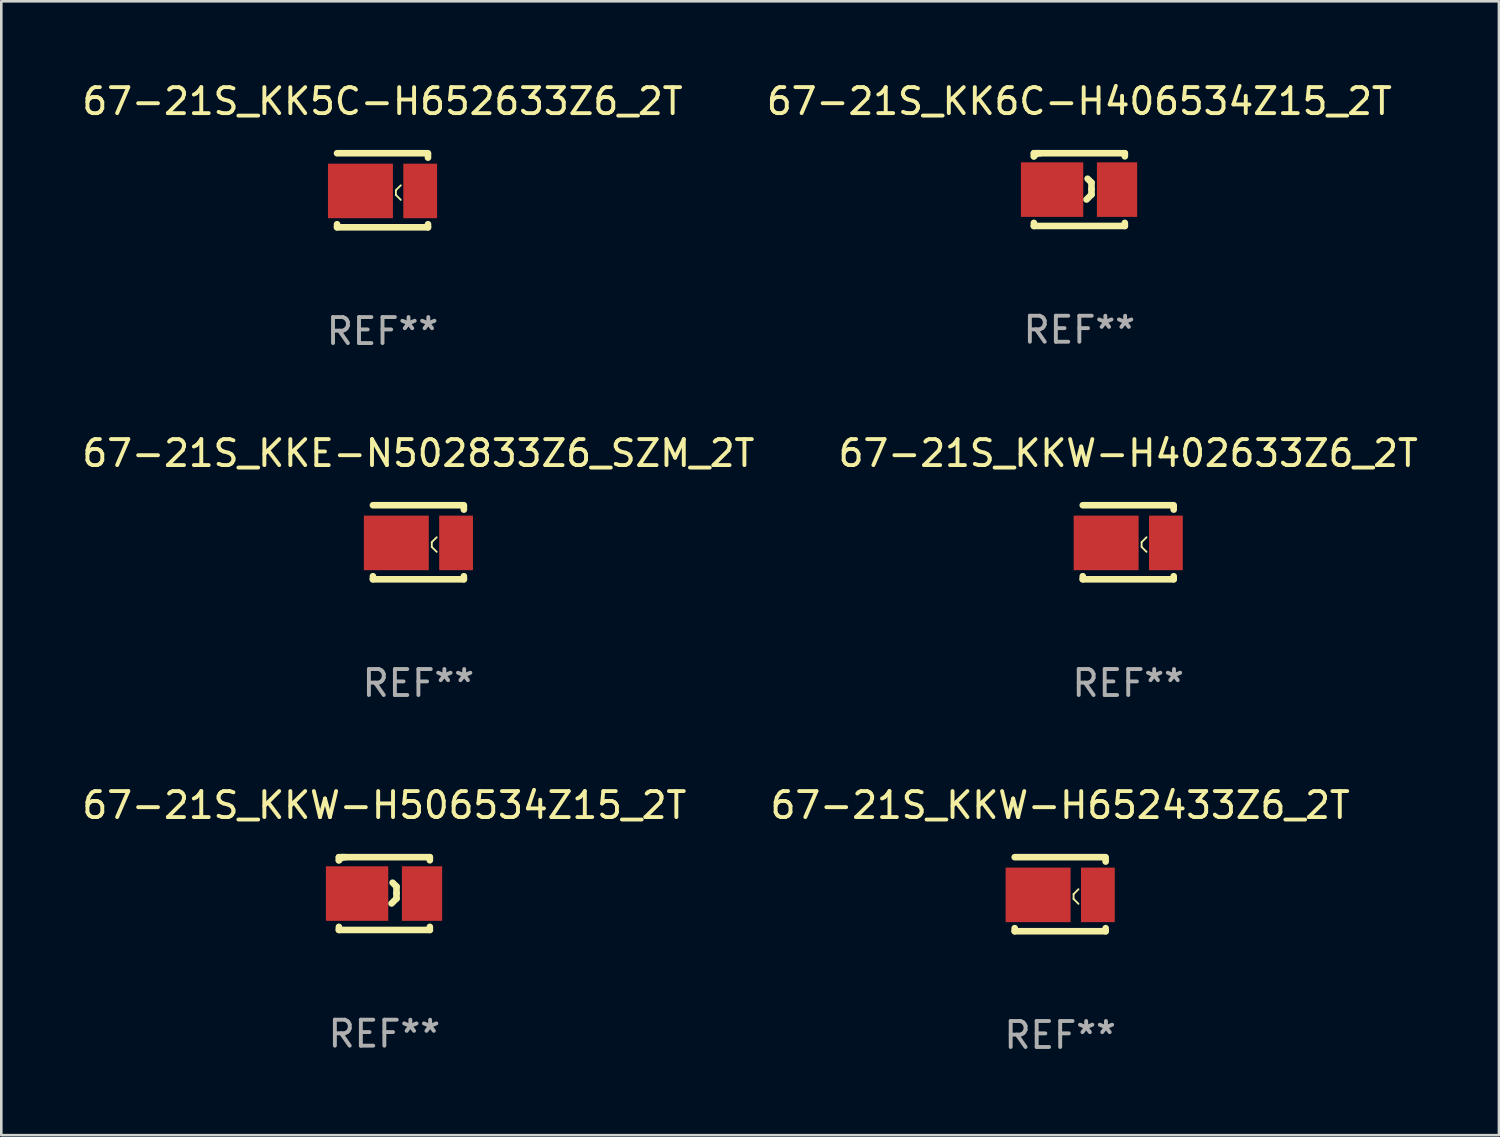
<source format=kicad_pcb>
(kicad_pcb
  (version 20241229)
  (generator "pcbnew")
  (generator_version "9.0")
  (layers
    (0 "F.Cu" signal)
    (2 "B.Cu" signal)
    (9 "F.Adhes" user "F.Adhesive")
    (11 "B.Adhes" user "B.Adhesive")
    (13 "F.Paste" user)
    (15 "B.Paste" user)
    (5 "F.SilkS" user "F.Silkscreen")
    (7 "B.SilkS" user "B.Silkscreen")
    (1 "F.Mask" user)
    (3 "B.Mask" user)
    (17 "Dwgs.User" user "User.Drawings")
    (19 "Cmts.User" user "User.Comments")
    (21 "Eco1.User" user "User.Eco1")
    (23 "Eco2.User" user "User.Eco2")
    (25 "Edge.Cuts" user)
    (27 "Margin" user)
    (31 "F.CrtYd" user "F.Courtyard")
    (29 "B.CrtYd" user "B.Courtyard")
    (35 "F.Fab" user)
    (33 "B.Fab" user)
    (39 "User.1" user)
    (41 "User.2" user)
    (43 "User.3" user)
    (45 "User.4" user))
  (footprint "67-21S_KKE-N502833Z6_SZM_2T"
    (layer "F.Cu")
    (at 13.054 17.821)
    (property "Reference" "67-21S_KKE-N502833Z6_SZM_2T" (at 0 -3.425 0) (layer "F.SilkS") (effects (font (size 1 1) (thickness 0.15))))
    (attr through_hole)
    (fp_line (start -1.75 -1.425) (end 1.75 -1.425) (stroke (width 0.254) (type solid)) (layer "F.SilkS"))
    (fp_line (start -1.75 1.307) (end -1.75 1.425) (stroke (width 0.254) (type solid)) (layer "F.SilkS"))
    (fp_line (start 0.515 -0.003) (end 0.704 -0.192) (stroke (width 0.07) (type solid)) (layer "F.SilkS"))
    (fp_line (start 0.515 0.181) (end 0.515 -0.003) (stroke (width 0.07) (type solid)) (layer "F.SilkS"))
    (fp_line (start 0.704 0.37) (end 0.515 0.181) (stroke (width 0.07) (type solid)) (layer "F.SilkS"))
    (fp_line (start 1.75 -1.375) (end 1.75 -1.256) (stroke (width 0.254) (type solid)) (layer "F.SilkS"))
    (fp_line (start 1.75 1.307) (end 1.75 1.425) (stroke (width 0.254) (type solid)) (layer "F.SilkS"))
    (fp_line (start 1.75 1.425) (end -1.75 1.425) (stroke (width 0.254) (type solid)) (layer "F.SilkS"))
    (fp_circle (center -1.775 1.425) (end -1.745 1.425) (stroke (width 0.06) (type solid)) (fill no) (layer "F.SilkS"))
    (fp_text user "REF**" (at 0 5.425 0) (layer "F.Fab") (effects (font (size 1 1) (thickness 0.15))))
    (pad "1" smd rect (at -0.85 0.025) (size 2.5 2.1) (layers "F.Cu" "F.Mask" "F.Paste"))
    (pad "2" smd rect (at 1.45 0.025 180) (size 1.3 2.1) (layers "F.Cu" "F.Mask" "F.Paste")))
  (footprint "67-21S_KKW-H506534Z15_2T"
    (layer "F.Cu")
    (at 11.744 31.343)
    (property "Reference" "67-21S_KKW-H506534Z15_2T" (at 0 -3.4 0) (layer "F.SilkS") (effects (font (size 1 1) (thickness 0.15))))
    (attr through_hole)
    (fp_line (start -1.75 -1.4) (end -1.75 -1.281) (stroke (width 0.254) (type solid)) (layer "F.SilkS"))
    (fp_line (start -1.75 -1.4) (end 1.75 -1.4) (stroke (width 0.254) (type solid)) (layer "F.SilkS"))
    (fp_line (start -1.75 1.281) (end -1.75 1.4) (stroke (width 0.254) (type solid)) (layer "F.SilkS"))
    (fp_line (start -1.631 -1.4) (end -1.75 -1.281) (stroke (width 0.254) (type solid)) (layer "F.SilkS"))
    (fp_line (start -1.513 -1.4) (end -1.631 -1.4) (stroke (width 0.254) (type solid)) (layer "F.SilkS"))
    (fp_line (start 0.277 0.381) (end 0.467 0.191) (stroke (width 0.254) (type solid)) (layer "F.SilkS"))
    (fp_line (start 0.467 -0.269) (end 0.317 -0.419) (stroke (width 0.254) (type solid)) (layer "F.SilkS"))
    (fp_line (start 0.467 -0.019) (end 0.467 -0.269) (stroke (width 0.254) (type solid)) (layer "F.SilkS"))
    (fp_line (start 0.467 0.191) (end 0.467 -0.019) (stroke (width 0.254) (type solid)) (layer "F.SilkS"))
    (fp_line (start 1.75 -1.4) (end 1.75 -1.281) (stroke (width 0.254) (type solid)) (layer "F.SilkS"))
    (fp_line (start 1.75 1.281) (end 1.75 1.4) (stroke (width 0.254) (type solid)) (layer "F.SilkS"))
    (fp_line (start 1.75 1.4) (end -1.75 1.4) (stroke (width 0.254) (type solid)) (layer "F.SilkS"))
    (fp_circle (center -1.775 1.4) (end -1.745 1.4) (stroke (width 0.06) (type solid)) (fill no) (layer "F.SilkS"))
    (fp_text user "REF**" (at 0 5.4 0) (layer "F.Fab") (effects (font (size 1 1) (thickness 0.15))))
    (pad "1" smd rect (at -1.05 0.000102) (size 2.4 2.1) (layers "F.Cu" "F.Mask" "F.Paste"))
    (pad "2" smd rect (at 1.45 0.000102) (size 1.55 2.1) (layers "F.Cu" "F.Mask" "F.Paste")))
  (footprint "67-21S_KK5C-H652633Z6_2T"
    (layer "F.Cu")
    (at 11.673 4.274)
    (property "Reference" "67-21S_KK5C-H652633Z6_2T" (at 0 -3.425 0) (layer "F.SilkS") (effects (font (size 1 1) (thickness 0.15))))
    (attr through_hole)
    (fp_line (start -1.75 -1.425) (end 1.75 -1.425) (stroke (width 0.254) (type solid)) (layer "F.SilkS"))
    (fp_line (start -1.75 1.307) (end -1.75 1.425) (stroke (width 0.254) (type solid)) (layer "F.SilkS"))
    (fp_line (start 0.515 -0.003) (end 0.704 -0.192) (stroke (width 0.07) (type solid)) (layer "F.SilkS"))
    (fp_line (start 0.515 0.181) (end 0.515 -0.003) (stroke (width 0.07) (type solid)) (layer "F.SilkS"))
    (fp_line (start 0.704 0.37) (end 0.515 0.181) (stroke (width 0.07) (type solid)) (layer "F.SilkS"))
    (fp_line (start 1.75 -1.375) (end 1.75 -1.256) (stroke (width 0.254) (type solid)) (layer "F.SilkS"))
    (fp_line (start 1.75 1.307) (end 1.75 1.425) (stroke (width 0.254) (type solid)) (layer "F.SilkS"))
    (fp_line (start 1.75 1.425) (end -1.75 1.425) (stroke (width 0.254) (type solid)) (layer "F.SilkS"))
    (fp_circle (center -1.775 1.425) (end -1.745 1.425) (stroke (width 0.06) (type solid)) (fill no) (layer "F.SilkS"))
    (fp_text user "REF**" (at 0 5.425 0) (layer "F.Fab") (effects (font (size 1 1) (thickness 0.15))))
    (pad "1" smd rect (at -0.85 0.025) (size 2.5 2.1) (layers "F.Cu" "F.Mask" "F.Paste"))
    (pad "2" smd rect (at 1.45 0.025 180) (size 1.3 2.1) (layers "F.Cu" "F.Mask" "F.Paste")))
  (footprint "67-21S_KK6C-H406534Z15_2T"
    (layer "F.Cu")
    (at 38.494 4.248)
    (property "Reference" "67-21S_KK6C-H406534Z15_2T" (at 0 -3.4 0) (layer "F.SilkS") (effects (font (size 1 1) (thickness 0.15))))
    (attr through_hole)
    (fp_line (start -1.75 -1.4) (end -1.75 -1.281) (stroke (width 0.254) (type solid)) (layer "F.SilkS"))
    (fp_line (start -1.75 -1.4) (end 1.75 -1.4) (stroke (width 0.254) (type solid)) (layer "F.SilkS"))
    (fp_line (start -1.75 1.281) (end -1.75 1.4) (stroke (width 0.254) (type solid)) (layer "F.SilkS"))
    (fp_line (start -1.631 -1.4) (end -1.75 -1.281) (stroke (width 0.254) (type solid)) (layer "F.SilkS"))
    (fp_line (start -1.513 -1.4) (end -1.631 -1.4) (stroke (width 0.254) (type solid)) (layer "F.SilkS"))
    (fp_line (start 0.277 0.381) (end 0.467 0.191) (stroke (width 0.254) (type solid)) (layer "F.SilkS"))
    (fp_line (start 0.467 -0.269) (end 0.317 -0.419) (stroke (width 0.254) (type solid)) (layer "F.SilkS"))
    (fp_line (start 0.467 -0.019) (end 0.467 -0.269) (stroke (width 0.254) (type solid)) (layer "F.SilkS"))
    (fp_line (start 0.467 0.191) (end 0.467 -0.019) (stroke (width 0.254) (type solid)) (layer "F.SilkS"))
    (fp_line (start 1.75 -1.4) (end 1.75 -1.281) (stroke (width 0.254) (type solid)) (layer "F.SilkS"))
    (fp_line (start 1.75 1.281) (end 1.75 1.4) (stroke (width 0.254) (type solid)) (layer "F.SilkS"))
    (fp_line (start 1.75 1.4) (end -1.75 1.4) (stroke (width 0.254) (type solid)) (layer "F.SilkS"))
    (fp_circle (center -1.775 1.4) (end -1.745 1.4) (stroke (width 0.06) (type solid)) (fill no) (layer "F.SilkS"))
    (fp_text user "REF**" (at 0 5.4 0) (layer "F.Fab") (effects (font (size 1 1) (thickness 0.15))))
    (pad "1" smd rect (at -1.05 0.000102) (size 2.4 2.1) (layers "F.Cu" "F.Mask" "F.Paste"))
    (pad "2" smd rect (at 1.45 0.000102) (size 1.55 2.1) (layers "F.Cu" "F.Mask" "F.Paste")))
  (footprint "67-21S_KKW-H652433Z6_2T"
    (layer "F.Cu")
    (at 37.756 31.368)
    (property "Reference" "67-21S_KKW-H652433Z6_2T" (at 0 -3.425 0) (layer "F.SilkS") (effects (font (size 1 1) (thickness 0.15))))
    (attr through_hole)
    (fp_line (start -1.75 -1.425) (end 1.75 -1.425) (stroke (width 0.254) (type solid)) (layer "F.SilkS"))
    (fp_line (start -1.75 1.307) (end -1.75 1.425) (stroke (width 0.254) (type solid)) (layer "F.SilkS"))
    (fp_line (start 0.515 -0.003) (end 0.704 -0.192) (stroke (width 0.07) (type solid)) (layer "F.SilkS"))
    (fp_line (start 0.515 0.181) (end 0.515 -0.003) (stroke (width 0.07) (type solid)) (layer "F.SilkS"))
    (fp_line (start 0.704 0.37) (end 0.515 0.181) (stroke (width 0.07) (type solid)) (layer "F.SilkS"))
    (fp_line (start 1.75 -1.375) (end 1.75 -1.256) (stroke (width 0.254) (type solid)) (layer "F.SilkS"))
    (fp_line (start 1.75 1.307) (end 1.75 1.425) (stroke (width 0.254) (type solid)) (layer "F.SilkS"))
    (fp_line (start 1.75 1.425) (end -1.75 1.425) (stroke (width 0.254) (type solid)) (layer "F.SilkS"))
    (fp_circle (center -1.775 1.425) (end -1.745 1.425) (stroke (width 0.06) (type solid)) (fill no) (layer "F.SilkS"))
    (fp_text user "REF**" (at 0 5.425 0) (layer "F.Fab") (effects (font (size 1 1) (thickness 0.15))))
    (pad "1" smd rect (at -0.85 0.025) (size 2.5 2.1) (layers "F.Cu" "F.Mask" "F.Paste"))
    (pad "2" smd rect (at 1.45 0.025 180) (size 1.3 2.1) (layers "F.Cu" "F.Mask" "F.Paste")))
  (footprint "67-21S_KKW-H402633Z6_2T"
    (layer "F.Cu")
    (at 40.375 17.821)
    (property "Reference" "67-21S_KKW-H402633Z6_2T" (at 0 -3.425 0) (layer "F.SilkS") (effects (font (size 1 1) (thickness 0.15))))
    (attr through_hole)
    (fp_line (start -1.75 -1.425) (end 1.75 -1.425) (stroke (width 0.254) (type solid)) (layer "F.SilkS"))
    (fp_line (start -1.75 1.307) (end -1.75 1.425) (stroke (width 0.254) (type solid)) (layer "F.SilkS"))
    (fp_line (start 0.515 -0.003) (end 0.704 -0.192) (stroke (width 0.07) (type solid)) (layer "F.SilkS"))
    (fp_line (start 0.515 0.181) (end 0.515 -0.003) (stroke (width 0.07) (type solid)) (layer "F.SilkS"))
    (fp_line (start 0.704 0.37) (end 0.515 0.181) (stroke (width 0.07) (type solid)) (layer "F.SilkS"))
    (fp_line (start 1.75 -1.375) (end 1.75 -1.256) (stroke (width 0.254) (type solid)) (layer "F.SilkS"))
    (fp_line (start 1.75 1.307) (end 1.75 1.425) (stroke (width 0.254) (type solid)) (layer "F.SilkS"))
    (fp_line (start 1.75 1.425) (end -1.75 1.425) (stroke (width 0.254) (type solid)) (layer "F.SilkS"))
    (fp_circle (center -1.775 1.425) (end -1.745 1.425) (stroke (width 0.06) (type solid)) (fill no) (layer "F.SilkS"))
    (fp_text user "REF**" (at 0 5.425 0) (layer "F.Fab") (effects (font (size 1 1) (thickness 0.15))))
    (pad "1" smd rect (at -0.85 0.025) (size 2.5 2.1) (layers "F.Cu" "F.Mask" "F.Paste"))
    (pad "2" smd rect (at 1.45 0.025 180) (size 1.3 2.1) (layers "F.Cu" "F.Mask" "F.Paste")))
  (gr_rect
    (start -3 -3)
    (end 54.643 40.642)
    (stroke (width 0.1) (type default))
    (fill no)
    (layer "Edge.Cuts")))
</source>
